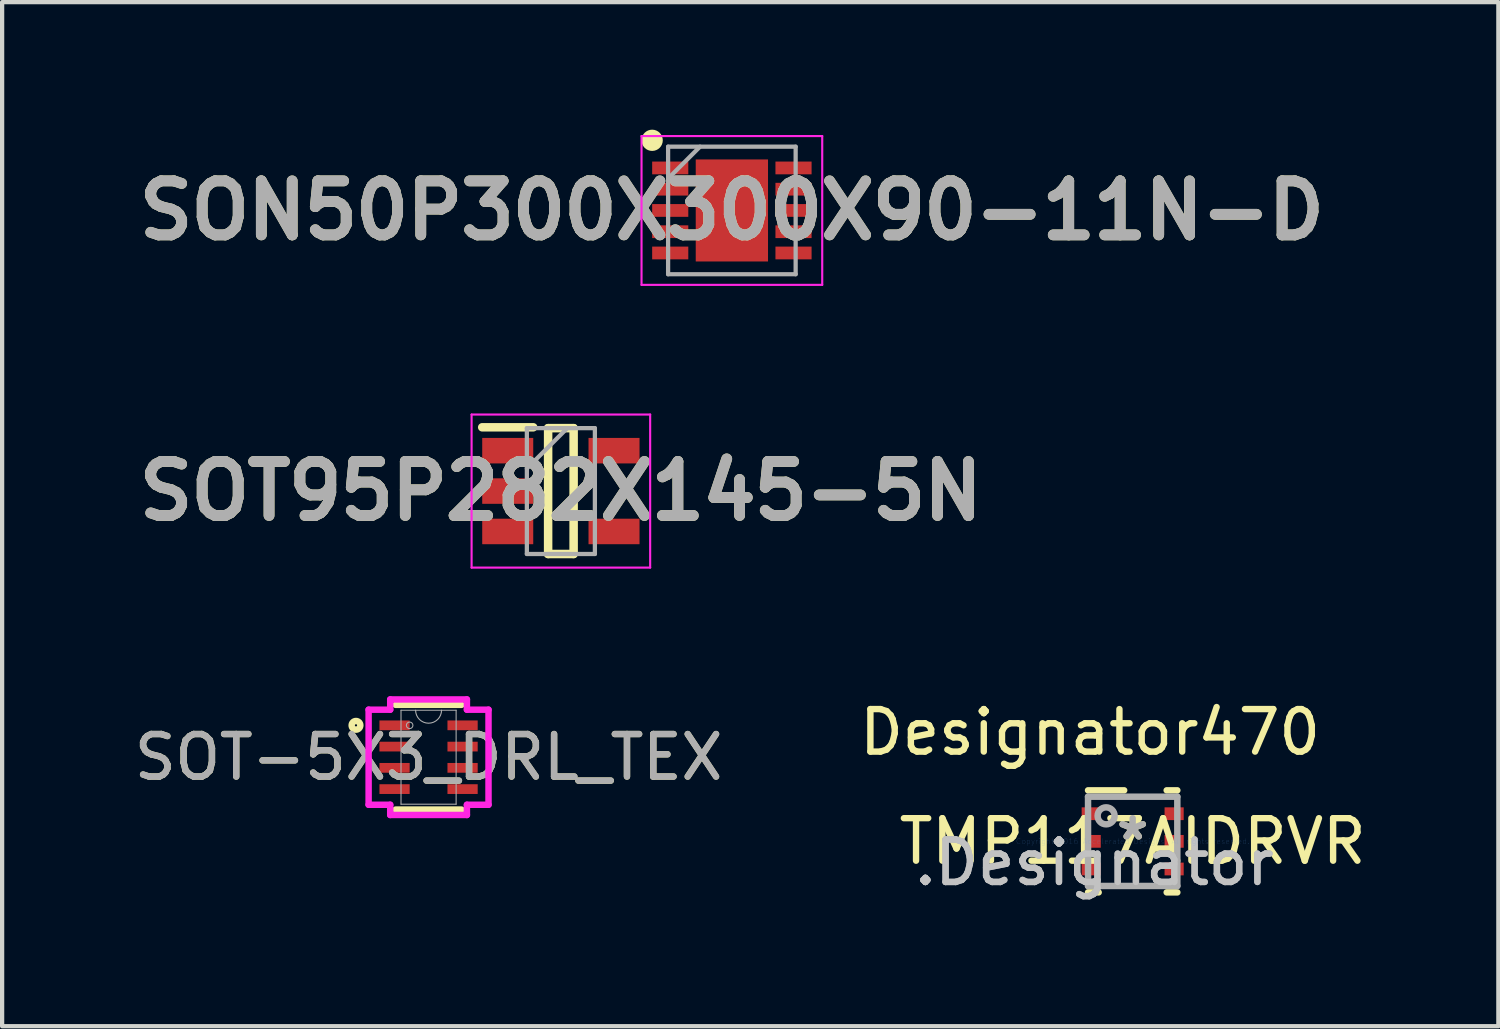
<source format=kicad_pcb>
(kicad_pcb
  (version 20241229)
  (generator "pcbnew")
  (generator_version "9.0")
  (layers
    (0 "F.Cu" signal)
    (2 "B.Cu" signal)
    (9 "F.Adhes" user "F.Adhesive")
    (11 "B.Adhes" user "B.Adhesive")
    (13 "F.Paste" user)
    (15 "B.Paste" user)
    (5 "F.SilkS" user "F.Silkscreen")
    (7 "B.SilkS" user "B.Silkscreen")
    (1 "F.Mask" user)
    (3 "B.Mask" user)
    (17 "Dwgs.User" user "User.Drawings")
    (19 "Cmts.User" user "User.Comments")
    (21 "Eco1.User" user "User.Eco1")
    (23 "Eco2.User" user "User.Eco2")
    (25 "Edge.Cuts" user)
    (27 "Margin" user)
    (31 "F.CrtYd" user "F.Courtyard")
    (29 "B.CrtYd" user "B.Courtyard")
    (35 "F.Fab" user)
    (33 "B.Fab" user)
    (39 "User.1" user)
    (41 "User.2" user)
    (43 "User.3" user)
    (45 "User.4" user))
  (footprint "SOT-5X3_DRL_TEX"
    (layer "F.Cu")
    (at 7.03 14.76)
    (property "Reference" "SOT-5X3_DRL_TEX" (at 0 0 0) (unlocked yes) (layer "F.SilkS") (effects (font (size 1 1) (thickness 0.15))))
    (attr smd)
    (fp_line (start -0.775 1.232) (end 0.775 1.232) (stroke (width 0.152) (type solid)) (layer "F.SilkS"))
    (fp_line (start 0.775 -1.232) (end -0.775 -1.232) (stroke (width 0.152) (type solid)) (layer "F.SilkS"))
    (fp_circle (center -1.707 -0.75) (end -1.605 -0.75) (stroke (width 0.152) (type solid)) (fill no) (layer "F.SilkS"))
    (fp_line (start -1.41 -1.118) (end -0.902 -1.118) (stroke (width 0.152) (type solid)) (layer "F.CrtYd"))
    (fp_line (start -1.41 1.118) (end -1.41 -1.118) (stroke (width 0.152) (type solid)) (layer "F.CrtYd"))
    (fp_line (start -1.41 1.118) (end -0.902 1.118) (stroke (width 0.152) (type solid)) (layer "F.CrtYd"))
    (fp_line (start -0.902 -1.359) (end 0.902 -1.359) (stroke (width 0.152) (type solid)) (layer "F.CrtYd"))
    (fp_line (start -0.902 -1.118) (end -0.902 -1.359) (stroke (width 0.152) (type solid)) (layer "F.CrtYd"))
    (fp_line (start -0.902 1.359) (end -0.902 1.118) (stroke (width 0.152) (type solid)) (layer "F.CrtYd"))
    (fp_line (start 0.902 -1.359) (end 0.902 -1.118) (stroke (width 0.152) (type solid)) (layer "F.CrtYd"))
    (fp_line (start 0.902 1.118) (end 0.902 1.359) (stroke (width 0.152) (type solid)) (layer "F.CrtYd"))
    (fp_line (start 0.902 1.359) (end -0.902 1.359) (stroke (width 0.152) (type solid)) (layer "F.CrtYd"))
    (fp_line (start 1.41 -1.118) (end 0.902 -1.118) (stroke (width 0.152) (type solid)) (layer "F.CrtYd"))
    (fp_line (start 1.41 -1.118) (end 1.41 1.118) (stroke (width 0.152) (type solid)) (layer "F.CrtYd"))
    (fp_line (start 1.41 1.118) (end 0.902 1.118) (stroke (width 0.152) (type solid)) (layer "F.CrtYd"))
    (fp_line (start -0.648 -1.105) (end -0.648 1.105) (stroke (width 0.025) (type solid)) (layer "F.Fab"))
    (fp_line (start -0.648 1.105) (end 0.648 1.105) (stroke (width 0.025) (type solid)) (layer "F.Fab"))
    (fp_line (start 0.648 -1.105) (end -0.648 -1.105) (stroke (width 0.025) (type solid)) (layer "F.Fab"))
    (fp_line (start 0.648 1.105) (end 0.648 -1.105) (stroke (width 0.025) (type solid)) (layer "F.Fab"))
    (fp_arc (start 0.3048 -1.1049) (mid 0 -0.8001) (end -0.3048 -1.1049) (stroke (width 0.0254) (type solid)) (layer "F.Fab"))
    (fp_circle (center -0.445 -0.75) (end -0.368 -0.75) (stroke (width 0.025) (type solid)) (fill no) (layer "F.Fab"))
    (fp_text user "${REFERENCE}" (at 0 0 0) (unlocked yes) (layer "F.Fab") (effects (font (size 1 1) (thickness 0.15))))
    (pad "1" smd rect (at -0.8 -0.75) (size 0.711 0.229) (layers "F.Cu" "F.Mask" "F.Paste"))
    (pad "2" smd rect (at -0.8 -0.25) (size 0.711 0.229) (layers "F.Cu" "F.Mask" "F.Paste"))
    (pad "3" smd rect (at -0.8 0.25) (size 0.711 0.229) (layers "F.Cu" "F.Mask" "F.Paste"))
    (pad "4" smd rect (at -0.8 0.75) (size 0.711 0.229) (layers "F.Cu" "F.Mask" "F.Paste"))
    (pad "5" smd rect (at 0.8 0.75) (size 0.711 0.229) (layers "F.Cu" "F.Mask" "F.Paste"))
    (pad "6" smd rect (at 0.8 0.25) (size 0.711 0.229) (layers "F.Cu" "F.Mask" "F.Paste"))
    (pad "7" smd rect (at 0.8 -0.25) (size 0.711 0.229) (layers "F.Cu" "F.Mask" "F.Paste"))
    (pad "8" smd rect (at 0.8 -0.75) (size 0.711 0.229) (layers "F.Cu" "F.Mask" "F.Paste")))
  (footprint "SON50P300X300X90-11N-D"
    (layer "F.Cu")
    (at 14.164 1.9)
    (property "Reference" "SON50P300X300X90-11N-D" (at 0 0 0) (layer "F.SilkS") (effects (font (size 1.27 1.27) (thickness 0.254))))
    (attr smd)
    (fp_circle (center -1.875 -1.65) (end -1.875 -1.525) (stroke (width 0.25) (type solid)) (fill no) (layer "F.SilkS"))
    (fp_line (start -2.125 -1.75) (end 2.125 -1.75) (stroke (width 0.05) (type solid)) (layer "F.CrtYd"))
    (fp_line (start -2.125 1.75) (end -2.125 -1.75) (stroke (width 0.05) (type solid)) (layer "F.CrtYd"))
    (fp_line (start 2.125 -1.75) (end 2.125 1.75) (stroke (width 0.05) (type solid)) (layer "F.CrtYd"))
    (fp_line (start 2.125 1.75) (end -2.125 1.75) (stroke (width 0.05) (type solid)) (layer "F.CrtYd"))
    (fp_line (start -1.5 -1.5) (end 1.5 -1.5) (stroke (width 0.1) (type solid)) (layer "F.Fab"))
    (fp_line (start -1.5 -0.75) (end -0.75 -1.5) (stroke (width 0.1) (type solid)) (layer "F.Fab"))
    (fp_line (start -1.5 1.5) (end -1.5 -1.5) (stroke (width 0.1) (type solid)) (layer "F.Fab"))
    (fp_line (start 1.5 -1.5) (end 1.5 1.5) (stroke (width 0.1) (type solid)) (layer "F.Fab"))
    (fp_line (start 1.5 1.5) (end -1.5 1.5) (stroke (width 0.1) (type solid)) (layer "F.Fab"))
    (fp_text user "${REFERENCE}" (at 0 0 0) (layer "F.Fab") (effects (font (size 1.27 1.27) (thickness 0.254))))
    (pad "1" smd rect (at -1.45 -1 90) (size 0.3 0.85) (layers "F.Cu" "F.Mask" "F.Paste"))
    (pad "2" smd rect (at -1.45 -0.5 90) (size 0.3 0.85) (layers "F.Cu" "F.Mask" "F.Paste"))
    (pad "3" smd rect (at -1.45 0 90) (size 0.3 0.85) (layers "F.Cu" "F.Mask" "F.Paste"))
    (pad "4" smd rect (at -1.45 0.5 90) (size 0.3 0.85) (layers "F.Cu" "F.Mask" "F.Paste"))
    (pad "5" smd rect (at -1.45 1 90) (size 0.3 0.85) (layers "F.Cu" "F.Mask" "F.Paste"))
    (pad "6" smd rect (at 1.45 1 90) (size 0.3 0.85) (layers "F.Cu" "F.Mask" "F.Paste"))
    (pad "7" smd rect (at 1.45 0.5 90) (size 0.3 0.85) (layers "F.Cu" "F.Mask" "F.Paste"))
    (pad "8" smd rect (at 1.45 0 90) (size 0.3 0.85) (layers "F.Cu" "F.Mask" "F.Paste"))
    (pad "9" smd rect (at 1.45 -0.5 90) (size 0.3 0.85) (layers "F.Cu" "F.Mask" "F.Paste"))
    (pad "10" smd rect (at 1.45 -1 90) (size 0.3 0.85) (layers "F.Cu" "F.Mask" "F.Paste"))
    (pad "11" smd rect (at 0 0) (size 1.7 2.4) (layers "F.Cu" "F.Mask" "F.Paste")))
  (footprint "SOT95P282X145-5N"
    (layer "F.Cu")
    (at 10.142 8.5)
    (property "Reference" "SOT95P282X145-5N" (at 0 0 0) (layer "F.SilkS") (effects (font (size 1.27 1.27) (thickness 0.254))))
    (attr smd)
    (fp_line (start -1.85 -1.5) (end -0.65 -1.5) (stroke (width 0.2) (type solid)) (layer "F.SilkS"))
    (fp_line (start -0.3 -1.48) (end 0.3 -1.48) (stroke (width 0.2) (type solid)) (layer "F.SilkS"))
    (fp_line (start -0.3 1.48) (end -0.3 -1.48) (stroke (width 0.2) (type solid)) (layer "F.SilkS"))
    (fp_line (start 0.3 -1.48) (end 0.3 1.48) (stroke (width 0.2) (type solid)) (layer "F.SilkS"))
    (fp_line (start 0.3 1.48) (end -0.3 1.48) (stroke (width 0.2) (type solid)) (layer "F.SilkS"))
    (fp_line (start -2.1 -1.8) (end 2.1 -1.8) (stroke (width 0.05) (type solid)) (layer "F.CrtYd"))
    (fp_line (start -2.1 1.8) (end -2.1 -1.8) (stroke (width 0.05) (type solid)) (layer "F.CrtYd"))
    (fp_line (start 2.1 -1.8) (end 2.1 1.8) (stroke (width 0.05) (type solid)) (layer "F.CrtYd"))
    (fp_line (start 2.1 1.8) (end -2.1 1.8) (stroke (width 0.05) (type solid)) (layer "F.CrtYd"))
    (fp_line (start -0.8 -1.48) (end 0.8 -1.48) (stroke (width 0.1) (type solid)) (layer "F.Fab"))
    (fp_line (start -0.8 -0.53) (end 0.15 -1.48) (stroke (width 0.1) (type solid)) (layer "F.Fab"))
    (fp_line (start -0.8 1.48) (end -0.8 -1.48) (stroke (width 0.1) (type solid)) (layer "F.Fab"))
    (fp_line (start 0.8 -1.48) (end 0.8 1.48) (stroke (width 0.1) (type solid)) (layer "F.Fab"))
    (fp_line (start 0.8 1.48) (end -0.8 1.48) (stroke (width 0.1) (type solid)) (layer "F.Fab"))
    (fp_text user "${REFERENCE}" (at 0 0 0) (layer "F.Fab") (effects (font (size 1.27 1.27) (thickness 0.254))))
    (pad "1" smd rect (at -1.25 -0.95 90) (size 0.6 1.2) (layers "F.Cu" "F.Mask" "F.Paste"))
    (pad "2" smd rect (at -1.25 0 90) (size 0.6 1.2) (layers "F.Cu" "F.Mask" "F.Paste"))
    (pad "3" smd rect (at -1.25 0.95 90) (size 0.6 1.2) (layers "F.Cu" "F.Mask" "F.Paste"))
    (pad "4" smd rect (at 1.25 0.95 90) (size 0.6 1.2) (layers "F.Cu" "F.Mask" "F.Paste"))
    (pad "5" smd rect (at 1.25 -0.95 90) (size 0.6 1.2) (layers "F.Cu" "F.Mask" "F.Paste")))
  (footprint "TMP117AIDRVR"
    (layer "F.Cu")
    (at 23.591 16.739)
    (property "Reference" "TMP117AIDRVR" (at 0 0 0) (layer "F.SilkS") (effects (font (size 1 1) (thickness 0.15))))
    (attr through_hole)
    (fp_line (start -1.05 -1.2) (end -0.2 -1.2) (stroke (width 0.152) (type solid)) (layer "F.SilkS"))
    (fp_line (start -1.05 1.2) (end -0.8 1.2) (stroke (width 0.152) (type solid)) (layer "F.SilkS"))
    (fp_line (start 0.8 -1.2) (end 1.05 -1.2) (stroke (width 0.152) (type solid)) (layer "F.SilkS"))
    (fp_line (start 0.8 1.2) (end 1.05 1.2) (stroke (width 0.152) (type solid)) (layer "F.SilkS"))
    (fp_line (start -1.05 -1.05) (end 1.05 -1.05) (stroke (width 0.152) (type solid)) (layer "F.Fab"))
    (fp_line (start -1.05 1.05) (end -1.05 -1.05) (stroke (width 0.152) (type solid)) (layer "F.Fab"))
    (fp_line (start -1.05 1.05) (end 1.05 1.05) (stroke (width 0.152) (type solid)) (layer "F.Fab"))
    (fp_line (start 1.05 1.05) (end 1.05 -1.05) (stroke (width 0.152) (type solid)) (layer "F.Fab"))
    (fp_circle (center -0.625 -0.6) (end -0.425 -0.6) (stroke (width 0.152) (type solid)) (fill no) (layer "F.Fab"))
    (fp_text user "Designator470" (at -1.002 -2.566 0) (layer "F.SilkS") (effects (font (size 1 1) (thickness 0.15))))
    (fp_text user "*" (at 0 0 0) (layer "F.SilkS") (effects (font (size 1 1) (thickness 0.15))))
    (fp_text user ".Designator" (at -0.9 0.5 0) (layer "Dwgs.User") (effects (font (size 1 1) (thickness 0.15))))
    (fp_text user "Copyright 2016 Accelerated Designs. All rights reserved." (at 0 0 0) (layer "Cmts.User") (effects (font (size 0.127 0.127) (thickness 0.002))))
    (fp_text user "*" (at 0 0 0) (layer "F.Fab") (effects (font (size 1 1) (thickness 0.15))))
    (fp_text user ".Designator" (at -0.9 0.5 0) (layer "F.Fab") (effects (font (size 1 1) (thickness 0.15))))
    (pad "1" smd rect (at -0.975 -0.65 90) (size 0.3 0.45) (layers "F.Cu" "F.Mask" "F.Paste"))
    (pad "2" smd rect (at -0.975 0 90) (size 0.3 0.45) (layers "F.Cu" "F.Mask" "F.Paste"))
    (pad "3" smd rect (at -0.975 0.65 90) (size 0.3 0.45) (layers "F.Cu" "F.Mask" "F.Paste"))
    (pad "4" smd rect (at 0.975 0.65 90) (size 0.3 0.45) (layers "F.Cu" "F.Mask" "F.Paste"))
    (pad "5" smd rect (at 0.975 0 90) (size 0.3 0.45) (layers "F.Cu" "F.Mask" "F.Paste"))
    (pad "6" smd rect (at 0.975 -0.65 90) (size 0.3 0.45) (layers "F.Cu" "F.Mask" "F.Paste")))
  (gr_rect
    (start -3 -3)
    (end 32.192 21.087)
    (stroke (width 0.1) (type default))
    (fill no)
    (layer "Edge.Cuts")))
</source>
